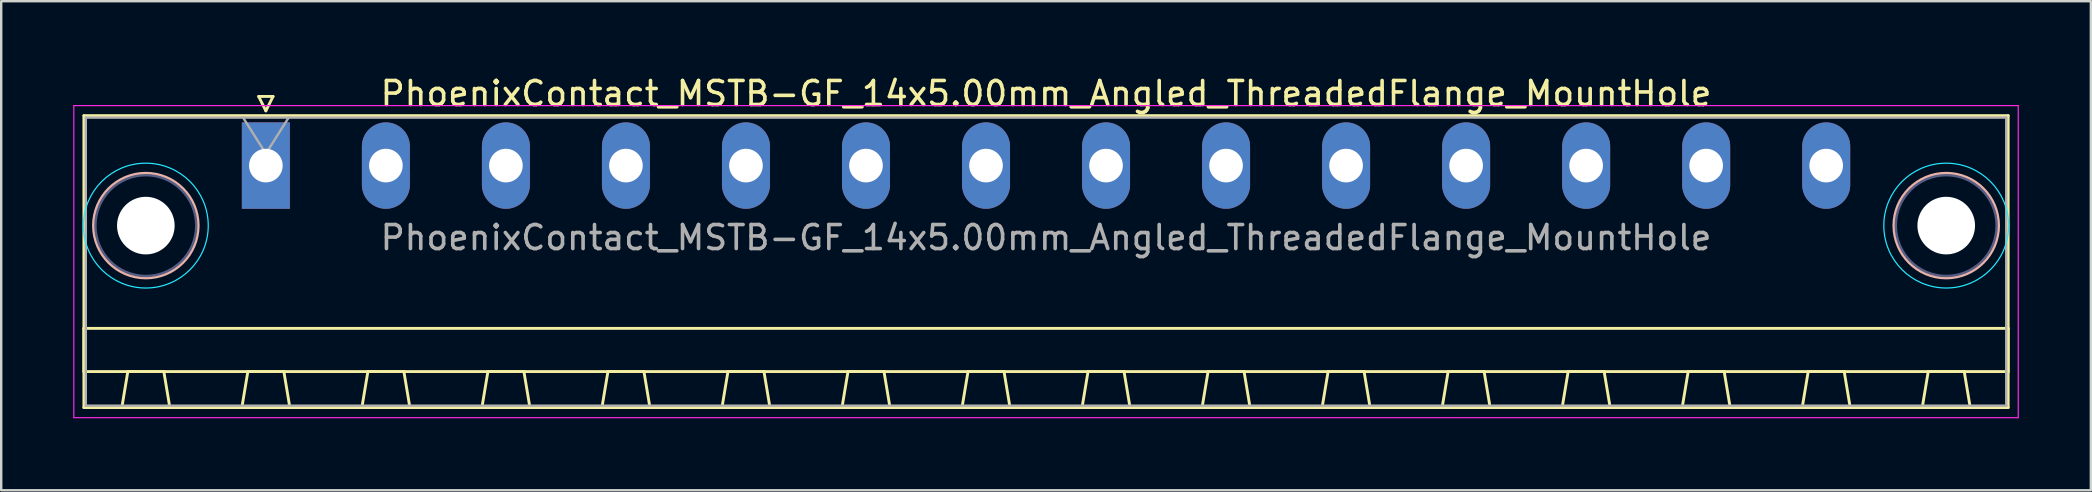
<source format=kicad_pcb>
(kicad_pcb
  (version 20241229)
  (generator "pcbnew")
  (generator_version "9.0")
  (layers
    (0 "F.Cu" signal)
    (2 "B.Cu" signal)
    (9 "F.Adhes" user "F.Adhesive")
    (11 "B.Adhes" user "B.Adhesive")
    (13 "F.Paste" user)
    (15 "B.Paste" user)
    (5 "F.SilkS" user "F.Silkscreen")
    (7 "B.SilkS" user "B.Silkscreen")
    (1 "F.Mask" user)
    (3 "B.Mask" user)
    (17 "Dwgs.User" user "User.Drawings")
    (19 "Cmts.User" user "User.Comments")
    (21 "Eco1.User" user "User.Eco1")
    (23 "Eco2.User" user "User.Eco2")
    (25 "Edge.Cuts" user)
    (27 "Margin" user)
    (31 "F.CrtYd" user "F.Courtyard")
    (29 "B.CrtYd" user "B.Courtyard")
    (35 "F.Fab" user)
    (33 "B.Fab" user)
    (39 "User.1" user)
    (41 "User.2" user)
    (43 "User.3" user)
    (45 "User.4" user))
  (footprint "PhoenixContact_MSTB-GF_14x5.00mm_Angled_ThreadedFlange_MountHole"
    (layer "F.Cu")
    (at 8.025 3.848)
    (property "Reference" "PhoenixContact_MSTB-GF_14x5.00mm_Angled_ThreadedFlange_MountHole" (at 32.5 -3 0) (layer "F.SilkS") (effects (font (size 1 1) (thickness 0.15))))
    (attr through_hole)
    (fp_line (start -7.58 -2.08) (end -7.58 10.08) (stroke (width 0.12) (type solid)) (layer "F.SilkS"))
    (fp_line (start -7.58 6.78) (end 72.58 6.78) (stroke (width 0.12) (type solid)) (layer "F.SilkS"))
    (fp_line (start -7.58 8.58) (end -7.58 6.78) (stroke (width 0.12) (type solid)) (layer "F.SilkS"))
    (fp_line (start -7.58 10.08) (end 72.58 10.08) (stroke (width 0.12) (type solid)) (layer "F.SilkS"))
    (fp_line (start -6 10.08) (end -4 10.08) (stroke (width 0.12) (type solid)) (layer "F.SilkS"))
    (fp_line (start -5.75 8.58) (end -6 10.08) (stroke (width 0.12) (type solid)) (layer "F.SilkS"))
    (fp_line (start -4.25 8.58) (end -5.75 8.58) (stroke (width 0.12) (type solid)) (layer "F.SilkS"))
    (fp_line (start -4 10.08) (end -4.25 8.58) (stroke (width 0.12) (type solid)) (layer "F.SilkS"))
    (fp_line (start -1 10.08) (end 1 10.08) (stroke (width 0.12) (type solid)) (layer "F.SilkS"))
    (fp_line (start -0.75 8.58) (end -1 10.08) (stroke (width 0.12) (type solid)) (layer "F.SilkS"))
    (fp_line (start -0.3 -2.88) (end 0.3 -2.88) (stroke (width 0.12) (type solid)) (layer "F.SilkS"))
    (fp_line (start 0 -2.28) (end -0.3 -2.88) (stroke (width 0.12) (type solid)) (layer "F.SilkS"))
    (fp_line (start 0.3 -2.88) (end 0 -2.28) (stroke (width 0.12) (type solid)) (layer "F.SilkS"))
    (fp_line (start 0.75 8.58) (end -0.75 8.58) (stroke (width 0.12) (type solid)) (layer "F.SilkS"))
    (fp_line (start 1 10.08) (end 0.75 8.58) (stroke (width 0.12) (type solid)) (layer "F.SilkS"))
    (fp_line (start 4 10.08) (end 6 10.08) (stroke (width 0.12) (type solid)) (layer "F.SilkS"))
    (fp_line (start 4.25 8.58) (end 4 10.08) (stroke (width 0.12) (type solid)) (layer "F.SilkS"))
    (fp_line (start 5.75 8.58) (end 4.25 8.58) (stroke (width 0.12) (type solid)) (layer "F.SilkS"))
    (fp_line (start 6 10.08) (end 5.75 8.58) (stroke (width 0.12) (type solid)) (layer "F.SilkS"))
    (fp_line (start 9 10.08) (end 11 10.08) (stroke (width 0.12) (type solid)) (layer "F.SilkS"))
    (fp_line (start 9.25 8.58) (end 9 10.08) (stroke (width 0.12) (type solid)) (layer "F.SilkS"))
    (fp_line (start 10.75 8.58) (end 9.25 8.58) (stroke (width 0.12) (type solid)) (layer "F.SilkS"))
    (fp_line (start 11 10.08) (end 10.75 8.58) (stroke (width 0.12) (type solid)) (layer "F.SilkS"))
    (fp_line (start 14 10.08) (end 16 10.08) (stroke (width 0.12) (type solid)) (layer "F.SilkS"))
    (fp_line (start 14.25 8.58) (end 14 10.08) (stroke (width 0.12) (type solid)) (layer "F.SilkS"))
    (fp_line (start 15.75 8.58) (end 14.25 8.58) (stroke (width 0.12) (type solid)) (layer "F.SilkS"))
    (fp_line (start 16 10.08) (end 15.75 8.58) (stroke (width 0.12) (type solid)) (layer "F.SilkS"))
    (fp_line (start 19 10.08) (end 21 10.08) (stroke (width 0.12) (type solid)) (layer "F.SilkS"))
    (fp_line (start 19.25 8.58) (end 19 10.08) (stroke (width 0.12) (type solid)) (layer "F.SilkS"))
    (fp_line (start 20.75 8.58) (end 19.25 8.58) (stroke (width 0.12) (type solid)) (layer "F.SilkS"))
    (fp_line (start 21 10.08) (end 20.75 8.58) (stroke (width 0.12) (type solid)) (layer "F.SilkS"))
    (fp_line (start 24 10.08) (end 26 10.08) (stroke (width 0.12) (type solid)) (layer "F.SilkS"))
    (fp_line (start 24.25 8.58) (end 24 10.08) (stroke (width 0.12) (type solid)) (layer "F.SilkS"))
    (fp_line (start 25.75 8.58) (end 24.25 8.58) (stroke (width 0.12) (type solid)) (layer "F.SilkS"))
    (fp_line (start 26 10.08) (end 25.75 8.58) (stroke (width 0.12) (type solid)) (layer "F.SilkS"))
    (fp_line (start 29 10.08) (end 31 10.08) (stroke (width 0.12) (type solid)) (layer "F.SilkS"))
    (fp_line (start 29.25 8.58) (end 29 10.08) (stroke (width 0.12) (type solid)) (layer "F.SilkS"))
    (fp_line (start 30.75 8.58) (end 29.25 8.58) (stroke (width 0.12) (type solid)) (layer "F.SilkS"))
    (fp_line (start 31 10.08) (end 30.75 8.58) (stroke (width 0.12) (type solid)) (layer "F.SilkS"))
    (fp_line (start 34 10.08) (end 36 10.08) (stroke (width 0.12) (type solid)) (layer "F.SilkS"))
    (fp_line (start 34.25 8.58) (end 34 10.08) (stroke (width 0.12) (type solid)) (layer "F.SilkS"))
    (fp_line (start 35.75 8.58) (end 34.25 8.58) (stroke (width 0.12) (type solid)) (layer "F.SilkS"))
    (fp_line (start 36 10.08) (end 35.75 8.58) (stroke (width 0.12) (type solid)) (layer "F.SilkS"))
    (fp_line (start 39 10.08) (end 41 10.08) (stroke (width 0.12) (type solid)) (layer "F.SilkS"))
    (fp_line (start 39.25 8.58) (end 39 10.08) (stroke (width 0.12) (type solid)) (layer "F.SilkS"))
    (fp_line (start 40.75 8.58) (end 39.25 8.58) (stroke (width 0.12) (type solid)) (layer "F.SilkS"))
    (fp_line (start 41 10.08) (end 40.75 8.58) (stroke (width 0.12) (type solid)) (layer "F.SilkS"))
    (fp_line (start 44 10.08) (end 46 10.08) (stroke (width 0.12) (type solid)) (layer "F.SilkS"))
    (fp_line (start 44.25 8.58) (end 44 10.08) (stroke (width 0.12) (type solid)) (layer "F.SilkS"))
    (fp_line (start 45.75 8.58) (end 44.25 8.58) (stroke (width 0.12) (type solid)) (layer "F.SilkS"))
    (fp_line (start 46 10.08) (end 45.75 8.58) (stroke (width 0.12) (type solid)) (layer "F.SilkS"))
    (fp_line (start 49 10.08) (end 51 10.08) (stroke (width 0.12) (type solid)) (layer "F.SilkS"))
    (fp_line (start 49.25 8.58) (end 49 10.08) (stroke (width 0.12) (type solid)) (layer "F.SilkS"))
    (fp_line (start 50.75 8.58) (end 49.25 8.58) (stroke (width 0.12) (type solid)) (layer "F.SilkS"))
    (fp_line (start 51 10.08) (end 50.75 8.58) (stroke (width 0.12) (type solid)) (layer "F.SilkS"))
    (fp_line (start 54 10.08) (end 56 10.08) (stroke (width 0.12) (type solid)) (layer "F.SilkS"))
    (fp_line (start 54.25 8.58) (end 54 10.08) (stroke (width 0.12) (type solid)) (layer "F.SilkS"))
    (fp_line (start 55.75 8.58) (end 54.25 8.58) (stroke (width 0.12) (type solid)) (layer "F.SilkS"))
    (fp_line (start 56 10.08) (end 55.75 8.58) (stroke (width 0.12) (type solid)) (layer "F.SilkS"))
    (fp_line (start 59 10.08) (end 61 10.08) (stroke (width 0.12) (type solid)) (layer "F.SilkS"))
    (fp_line (start 59.25 8.58) (end 59 10.08) (stroke (width 0.12) (type solid)) (layer "F.SilkS"))
    (fp_line (start 60.75 8.58) (end 59.25 8.58) (stroke (width 0.12) (type solid)) (layer "F.SilkS"))
    (fp_line (start 61 10.08) (end 60.75 8.58) (stroke (width 0.12) (type solid)) (layer "F.SilkS"))
    (fp_line (start 64 10.08) (end 66 10.08) (stroke (width 0.12) (type solid)) (layer "F.SilkS"))
    (fp_line (start 64.25 8.58) (end 64 10.08) (stroke (width 0.12) (type solid)) (layer "F.SilkS"))
    (fp_line (start 65.75 8.58) (end 64.25 8.58) (stroke (width 0.12) (type solid)) (layer "F.SilkS"))
    (fp_line (start 66 10.08) (end 65.75 8.58) (stroke (width 0.12) (type solid)) (layer "F.SilkS"))
    (fp_line (start 69 10.08) (end 71 10.08) (stroke (width 0.12) (type solid)) (layer "F.SilkS"))
    (fp_line (start 69.25 8.58) (end 69 10.08) (stroke (width 0.12) (type solid)) (layer "F.SilkS"))
    (fp_line (start 70.75 8.58) (end 69.25 8.58) (stroke (width 0.12) (type solid)) (layer "F.SilkS"))
    (fp_line (start 71 10.08) (end 70.75 8.58) (stroke (width 0.12) (type solid)) (layer "F.SilkS"))
    (fp_line (start 72.58 -2.08) (end -7.58 -2.08) (stroke (width 0.12) (type solid)) (layer "F.SilkS"))
    (fp_line (start 72.58 6.78) (end 72.58 8.58) (stroke (width 0.12) (type solid)) (layer "F.SilkS"))
    (fp_line (start 72.58 8.58) (end -7.58 8.58) (stroke (width 0.12) (type solid)) (layer "F.SilkS"))
    (fp_line (start 72.58 10.08) (end 72.58 -2.08) (stroke (width 0.12) (type solid)) (layer "F.SilkS"))
    (fp_circle (center -5 2.5) (end -2.82 2.5) (stroke (width 0.12) (type solid)) (fill no) (layer "B.SilkS"))
    (fp_circle (center 70 2.5) (end 72.18 2.5) (stroke (width 0.12) (type solid)) (fill no) (layer "B.SilkS"))
    (fp_circle (center -5 2.5) (end -2.4 2.5) (stroke (width 0.05) (type solid)) (fill no) (layer "B.CrtYd"))
    (fp_circle (center 70 2.5) (end 72.6 2.5) (stroke (width 0.05) (type solid)) (fill no) (layer "B.CrtYd"))
    (fp_line (start -8 -2.5) (end -8 10.5) (stroke (width 0.05) (type solid)) (layer "F.CrtYd"))
    (fp_line (start -8 10.5) (end 73 10.5) (stroke (width 0.05) (type solid)) (layer "F.CrtYd"))
    (fp_line (start 73 -2.5) (end -8 -2.5) (stroke (width 0.05) (type solid)) (layer "F.CrtYd"))
    (fp_line (start 73 10.5) (end 73 -2.5) (stroke (width 0.05) (type solid)) (layer "F.CrtYd"))
    (fp_circle (center -5 2.5) (end -2.9 2.5) (stroke (width 0.1) (type solid)) (fill no) (layer "B.Fab"))
    (fp_circle (center 70 2.5) (end 72.1 2.5) (stroke (width 0.1) (type solid)) (fill no) (layer "B.Fab"))
    (fp_line (start -7.5 -2) (end -7.5 10) (stroke (width 0.1) (type solid)) (layer "F.Fab"))
    (fp_line (start -7.5 10) (end 72.5 10) (stroke (width 0.1) (type solid)) (layer "F.Fab"))
    (fp_line (start 0 -0.5) (end -0.95 -2) (stroke (width 0.1) (type solid)) (layer "F.Fab"))
    (fp_line (start 0.95 -2) (end 0 -0.5) (stroke (width 0.1) (type solid)) (layer "F.Fab"))
    (fp_line (start 72.5 -2) (end -7.5 -2) (stroke (width 0.1) (type solid)) (layer "F.Fab"))
    (fp_line (start 72.5 10) (end 72.5 -2) (stroke (width 0.1) (type solid)) (layer "F.Fab"))
    (fp_text user "${REFERENCE}" (at 32.5 3 0) (layer "F.Fab") (effects (font (size 1 1) (thickness 0.15))))
    (pad "" np_thru_hole circle (at -5 2.5) (size 2.4 2.4) (drill 2.4) (layers "*.Cu" "*.Mask"))
    (pad "" np_thru_hole circle (at 70 2.5) (size 2.4 2.4) (drill 2.4) (layers "*.Cu" "*.Mask"))
    (pad "1" thru_hole rect (at 0 0) (size 2 3.6) (drill 1.4) (layers "*.Cu" "*.Mask"))
    (pad "2" thru_hole oval (at 5 0) (size 2 3.6) (drill 1.4) (layers "*.Cu" "*.Mask"))
    (pad "3" thru_hole oval (at 10 0) (size 2 3.6) (drill 1.4) (layers "*.Cu" "*.Mask"))
    (pad "4" thru_hole oval (at 15 0) (size 2 3.6) (drill 1.4) (layers "*.Cu" "*.Mask"))
    (pad "5" thru_hole oval (at 20 0) (size 2 3.6) (drill 1.4) (layers "*.Cu" "*.Mask"))
    (pad "6" thru_hole oval (at 25 0) (size 2 3.6) (drill 1.4) (layers "*.Cu" "*.Mask"))
    (pad "7" thru_hole oval (at 30 0) (size 2 3.6) (drill 1.4) (layers "*.Cu" "*.Mask"))
    (pad "8" thru_hole oval (at 35 0) (size 2 3.6) (drill 1.4) (layers "*.Cu" "*.Mask"))
    (pad "9" thru_hole oval (at 40 0) (size 2 3.6) (drill 1.4) (layers "*.Cu" "*.Mask"))
    (pad "10" thru_hole oval (at 45 0) (size 2 3.6) (drill 1.4) (layers "*.Cu" "*.Mask"))
    (pad "11" thru_hole oval (at 50 0) (size 2 3.6) (drill 1.4) (layers "*.Cu" "*.Mask"))
    (pad "12" thru_hole oval (at 55 0) (size 2 3.6) (drill 1.4) (layers "*.Cu" "*.Mask"))
    (pad "13" thru_hole oval (at 60 0) (size 2 3.6) (drill 1.4) (layers "*.Cu" "*.Mask"))
    (pad "14" thru_hole oval (at 65 0) (size 2 3.6) (drill 1.4) (layers "*.Cu" "*.Mask")))
  (gr_rect
    (start -3 -3)
    (end 84.05 17.373)
    (stroke (width 0.1) (type default))
    (fill no)
    (layer "Edge.Cuts")))
</source>
